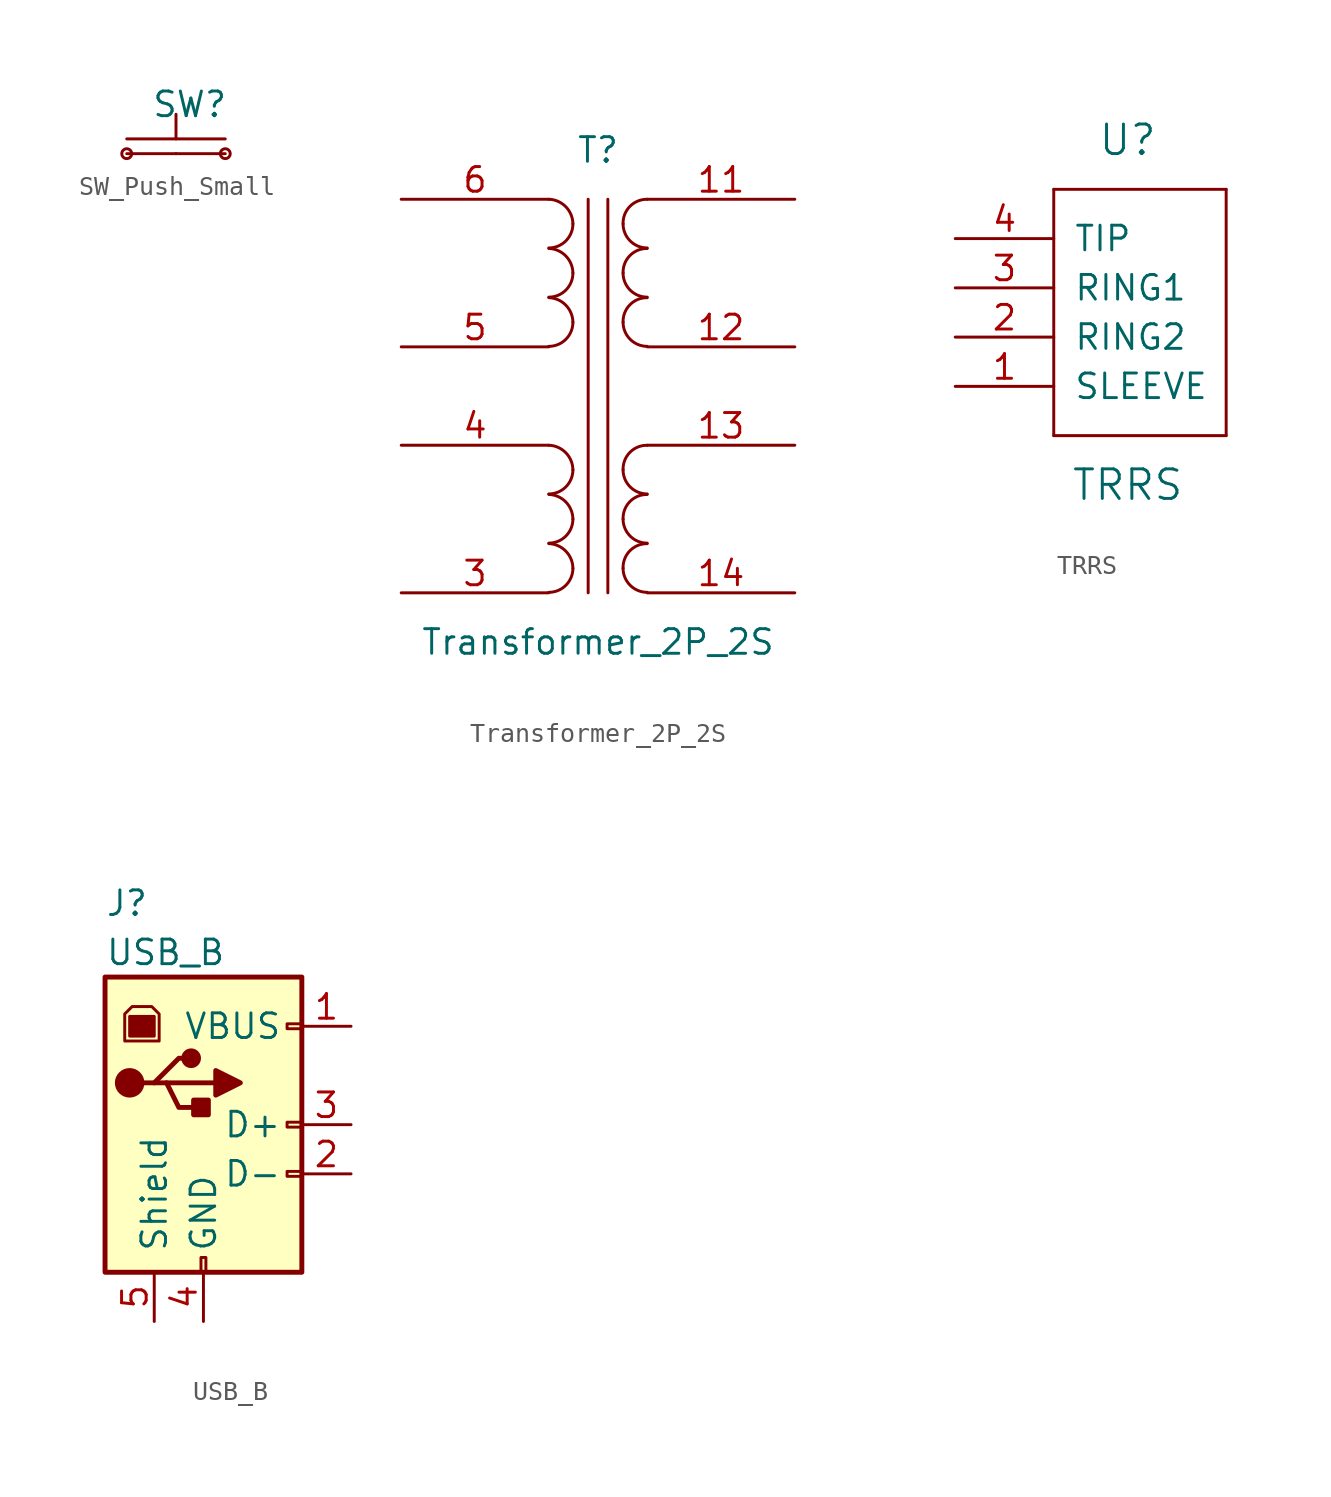
<source format=kicad_sym>
(kicad_symbol_lib
  (version 20211014)
  (generator kicad_symbol_editor)
  (symbol "SW_Push_Small"
    (pin_numbers hide)
    (pin_names
      (offset 1.016) hide)
    (property "Reference" "SW"
      (at -1.27 2.54 0)
      (effects (font (size 1.27 1.27)) (justify left)))
    (symbol "SW_Push_Small_0_1"
      (circle (center -2.54 0) (radius 0.254) (stroke (width 0) (type default) (color 0 0 0 0)) (fill (type none)))
      (polyline (pts (xy -2.54 0.762) (xy 2.54 0.762)) (stroke (width 0) (type default) (color 0 0 0 0)) (fill (type none)))
      (polyline (pts (xy 0 0.762) (xy 0 2.032)) (stroke (width 0) (type default) (color 0 0 0 0)) (fill (type none)))
      (circle (center 2.54 0) (radius 0.254) (stroke (width 0) (type default) (color 0 0 0 0)) (fill (type none)))
      (pin passive line (at 2.54 0 180) (length 2.54) (name "1" (effects (font (size 1.27 1.27)))) (number "1" (effects (font (size 1.27 1.27)))))
      (pin passive line (at -2.54 0 0) (length 2.54) (name "2" (effects (font (size 1.27 1.27)))) (number "2" (effects (font (size 1.27 1.27)))))))
  (symbol "Transformer_2P_2S"
    (pin_names
      (offset 1.016) hide)
    (property "Reference" "T"
      (at 0 12.7 0)
      (effects (font (size 1.27 1.27))))
    (property "Value" "Transformer_2P_2S"
      (at 0 -12.7 0)
      (effects (font (size 1.27 1.27))))
    (symbol "Transformer_2P_2S_0_1"
      (polyline (pts (xy -0.508 -10.16) (xy -0.508 10.16)) (stroke (width 0) (type default) (color 0 0 0 0)) (fill (type none)))
      (polyline (pts (xy 0.508 10.16) (xy 0.508 -10.16)) (stroke (width 0) (type default) (color 0 0 0 0)) (fill (type none)))
      (arc (start 1.2954 -8.89) (mid 1.6599 -9.7701) (end 2.54 -10.1346) (stroke (width 0) (type default) (color 0 0 0 0)) (fill (type none)))
      (arc (start 1.2954 -6.35) (mid 1.6599 -7.2301) (end 2.54 -7.5946) (stroke (width 0) (type default) (color 0 0 0 0)) (fill (type none)))
      (arc (start 1.2954 -3.81) (mid 1.6599 -4.6901) (end 2.54 -5.0546) (stroke (width 0) (type default) (color 0 0 0 0)) (fill (type none)))
      (arc (start 1.2954 3.81) (mid 1.6599 2.9299) (end 2.54 2.5654) (stroke (width 0) (type default) (color 0 0 0 0)) (fill (type none)))
      (arc (start 1.2954 6.35) (mid 1.6599 5.4699) (end 2.54 5.1054) (stroke (width 0) (type default) (color 0 0 0 0)) (fill (type none)))
      (arc (start 1.2954 8.89) (mid 1.6599 8.0099) (end 2.54 7.6454) (stroke (width 0) (type default) (color 0 0 0 0)) (fill (type none)))
      (arc (start 2.54 -7.62) (mid 1.6456 -7.9883) (end 1.2954 -8.89) (stroke (width 0) (type default) (color 0 0 0 0)) (fill (type none)))
      (arc (start 2.54 -5.08) (mid 1.6456 -5.4483) (end 1.2954 -6.35) (stroke (width 0) (type default) (color 0 0 0 0)) (fill (type none)))
      (arc (start 2.54 -2.54) (mid 1.6456 -2.9083) (end 1.2954 -3.81) (stroke (width 0) (type default) (color 0 0 0 0)) (fill (type none)))
      (arc (start 2.54 5.08) (mid 1.6456 4.7117) (end 1.2954 3.81) (stroke (width 0) (type default) (color 0 0 0 0)) (fill (type none)))
      (arc (start 2.54 7.62) (mid 1.6456 7.2517) (end 1.2954 6.35) (stroke (width 0) (type default) (color 0 0 0 0)) (fill (type none)))
      (arc (start 2.54 10.16) (mid 1.6456 9.7917) (end 1.2954 8.89) (stroke (width 0) (type default) (color 0 0 0 0)) (fill (type none))))
    (symbol "Transformer_2P_2S_1_1"
      (arc (start -2.54 -10.1346) (mid -1.6599 -9.7701) (end -1.2954 -8.89) (stroke (width 0) (type default) (color 0 0 0 0)) (fill (type none)))
      (arc (start -2.54 -7.5946) (mid -1.6599 -7.2301) (end -1.2954 -6.35) (stroke (width 0) (type default) (color 0 0 0 0)) (fill (type none)))
      (arc (start -2.54 -5.0546) (mid -1.6599 -4.6901) (end -1.2954 -3.81) (stroke (width 0) (type default) (color 0 0 0 0)) (fill (type none)))
      (arc (start -2.54 2.5654) (mid -1.6599 2.9299) (end -1.2954 3.81) (stroke (width 0) (type default) (color 0 0 0 0)) (fill (type none)))
      (arc (start -2.54 5.1054) (mid -1.6599 5.4699) (end -1.2954 6.35) (stroke (width 0) (type default) (color 0 0 0 0)) (fill (type none)))
      (arc (start -2.54 7.6454) (mid -1.6599 8.0099) (end -1.2954 8.89) (stroke (width 0) (type default) (color 0 0 0 0)) (fill (type none)))
      (arc (start -1.2954 -8.89) (mid -1.6637 -8.0061) (end -2.54 -7.62) (stroke (width 0) (type default) (color 0 0 0 0)) (fill (type none)))
      (arc (start -1.2954 -6.35) (mid -1.6637 -5.4661) (end -2.54 -5.08) (stroke (width 0) (type default) (color 0 0 0 0)) (fill (type none)))
      (arc (start -1.2954 -3.81) (mid -1.6637 -2.9261) (end -2.54 -2.54) (stroke (width 0) (type default) (color 0 0 0 0)) (fill (type none)))
      (arc (start -1.2954 3.81) (mid -1.6637 4.6939) (end -2.54 5.08) (stroke (width 0) (type default) (color 0 0 0 0)) (fill (type none)))
      (arc (start -1.2954 6.35) (mid -1.6637 7.2339) (end -2.54 7.62) (stroke (width 0) (type default) (color 0 0 0 0)) (fill (type none)))
      (arc (start -1.2954 8.89) (mid -1.6637 9.7739) (end -2.54 10.16) (stroke (width 0) (type default) (color 0 0 0 0)) (fill (type none)))
      (pin passive line (at 10.16 10.16 180) (length 7.62) (name "SA" (effects (font (size 1.27 1.27)))) (number "11" (effects (font (size 1.27 1.27)))))
      (pin passive line (at 10.16 2.54 180) (length 7.62) (name "SB" (effects (font (size 1.27 1.27)))) (number "12" (effects (font (size 1.27 1.27)))))
      (pin passive line (at 10.16 -2.54 180) (length 7.62) (name "SC" (effects (font (size 1.27 1.27)))) (number "13" (effects (font (size 1.27 1.27)))))
      (pin passive line (at 10.16 -10.16 180) (length 7.62) (name "SD" (effects (font (size 1.27 1.27)))) (number "14" (effects (font (size 1.27 1.27)))))
      (pin passive line (at -10.16 -10.16 0) (length 7.62) (name "AD" (effects (font (size 1.27 1.27)))) (number "3" (effects (font (size 1.27 1.27)))))
      (pin passive line (at -10.16 -2.54 0) (length 7.62) (name "AC" (effects (font (size 1.27 1.27)))) (number "4" (effects (font (size 1.27 1.27)))))
      (pin passive line (at -10.16 2.54 0) (length 7.62) (name "AB" (effects (font (size 1.27 1.27)))) (number "5" (effects (font (size 1.27 1.27)))))
      (pin passive line (at -10.16 10.16 0) (length 7.62) (name "AA" (effects (font (size 1.27 1.27)))) (number "6" (effects (font (size 1.27 1.27)))))))
  (symbol "TRRS"
    (pin_names
      (offset 1.016))
    (property "Reference" "U"
      (at 0 15.24 0)
      (effects (font (size 1.524 1.524))))
    (property "Value" "TRRS"
      (at 0 -2.54 0)
      (effects (font (size 1.524 1.524))))
    (symbol "TRRS_0_1"
      (rectangle (start -3.81 0) (end -3.81 12.7) (stroke (width 0) (type default) (color 0 0 0 0)) (fill (type none)))
      (rectangle (start -3.81 12.7) (end 5.08 12.7) (stroke (width 0) (type default) (color 0 0 0 0)) (fill (type none)))
      (rectangle (start 5.08 0) (end -3.81 0) (stroke (width 0) (type default) (color 0 0 0 0)) (fill (type none)))
      (rectangle (start 5.08 12.7) (end 5.08 0) (stroke (width 0) (type default) (color 0 0 0 0)) (fill (type none))))
    (symbol "TRRS_1_1"
      (pin input line (at -8.89 2.54 0) (length 5.08) (name "SLEEVE" (effects (font (size 1.27 1.27)))) (number "1" (effects (font (size 1.27 1.27)))))
      (pin input line (at -8.89 5.08 0) (length 5.08) (name "RING2" (effects (font (size 1.27 1.27)))) (number "2" (effects (font (size 1.27 1.27)))))
      (pin input line (at -8.89 7.62 0) (length 5.08) (name "RING1" (effects (font (size 1.27 1.27)))) (number "3" (effects (font (size 1.27 1.27)))))
      (pin input line (at -8.89 10.16 0) (length 5.08) (name "TIP" (effects (font (size 1.27 1.27)))) (number "4" (effects (font (size 1.27 1.27)))))))
  (symbol "USB_B"
    (pin_names
      (offset 1.016))
    (property "Reference" "J"
      (at -5.08 11.43 0)
      (effects (font (size 1.27 1.27)) (justify left)))
    (property "Value" "USB_B"
      (at -5.08 8.89 0)
      (effects (font (size 1.27 1.27)) (justify left)))
    (symbol "USB_B_0_1"
      (rectangle (start -5.08 -7.62) (end 5.08 7.62) (stroke (width 0.254) (type default) (color 0 0 0 0)) (fill (type background)))
      (circle (center -3.81 2.159) (radius 0.635) (stroke (width 0.254) (type default) (color 0 0 0 0)) (fill (type outline)))
      (rectangle (start -3.81 5.588) (end -2.54 4.572) (stroke (width 0) (type default) (color 0 0 0 0)) (fill (type outline)))
      (circle (center -0.635 3.429) (radius 0.381) (stroke (width 0.254) (type default) (color 0 0 0 0)) (fill (type outline)))
      (rectangle (start -0.127 -7.62) (end 0.127 -6.858) (stroke (width 0) (type default) (color 0 0 0 0)) (fill (type none)))
      (polyline (pts (xy -1.905 2.159) (xy 0.635 2.159)) (stroke (width 0.254) (type default) (color 0 0 0 0)) (fill (type none)))
      (polyline (pts (xy -3.175 2.159) (xy -2.54 2.159) (xy -1.27 3.429) (xy -0.635 3.429)) (stroke (width 0.254) (type default) (color 0 0 0 0)) (fill (type none)))
      (polyline (pts (xy -2.54 2.159) (xy -1.905 2.159) (xy -1.27 0.889) (xy 0 0.889)) (stroke (width 0.254) (type default) (color 0 0 0 0)) (fill (type none)))
      (polyline (pts (xy 0.635 2.794) (xy 0.635 1.524) (xy 1.905 2.159) (xy 0.635 2.794)) (stroke (width 0.254) (type default) (color 0 0 0 0)) (fill (type outline)))
      (polyline (pts (xy -4.064 4.318) (xy -2.286 4.318) (xy -2.286 5.715) (xy -2.667 6.096) (xy -3.683 6.096) (xy -4.064 5.715) (xy -4.064 4.318)) (stroke (width 0) (type default) (color 0 0 0 0)) (fill (type none)))
      (rectangle (start 0.254 1.27) (end -0.508 0.508) (stroke (width 0.254) (type default) (color 0 0 0 0)) (fill (type outline)))
      (rectangle (start 5.08 -2.667) (end 4.318 -2.413) (stroke (width 0) (type default) (color 0 0 0 0)) (fill (type none)))
      (rectangle (start 5.08 -0.127) (end 4.318 0.127) (stroke (width 0) (type default) (color 0 0 0 0)) (fill (type none)))
      (rectangle (start 5.08 4.953) (end 4.318 5.207) (stroke (width 0) (type default) (color 0 0 0 0)) (fill (type none))))
    (symbol "USB_B_1_1"
      (pin power_out line (at 7.62 5.08 180) (length 2.54) (name "VBUS" (effects (font (size 1.27 1.27)))) (number "1" (effects (font (size 1.27 1.27)))))
      (pin passive line (at 7.62 -2.54 180) (length 2.54) (name "D-" (effects (font (size 1.27 1.27)))) (number "2" (effects (font (size 1.27 1.27)))))
      (pin passive line (at 7.62 0 180) (length 2.54) (name "D+" (effects (font (size 1.27 1.27)))) (number "3" (effects (font (size 1.27 1.27)))))
      (pin power_in line (at 0 -10.16 90) (length 2.54) (name "GND" (effects (font (size 1.27 1.27)))) (number "4" (effects (font (size 1.27 1.27)))))
      (pin passive line (at -2.54 -10.16 90) (length 2.54) (name "Shield" (effects (font (size 1.27 1.27)))) (number "5" (effects (font (size 1.27 1.27))))))))
</source>
